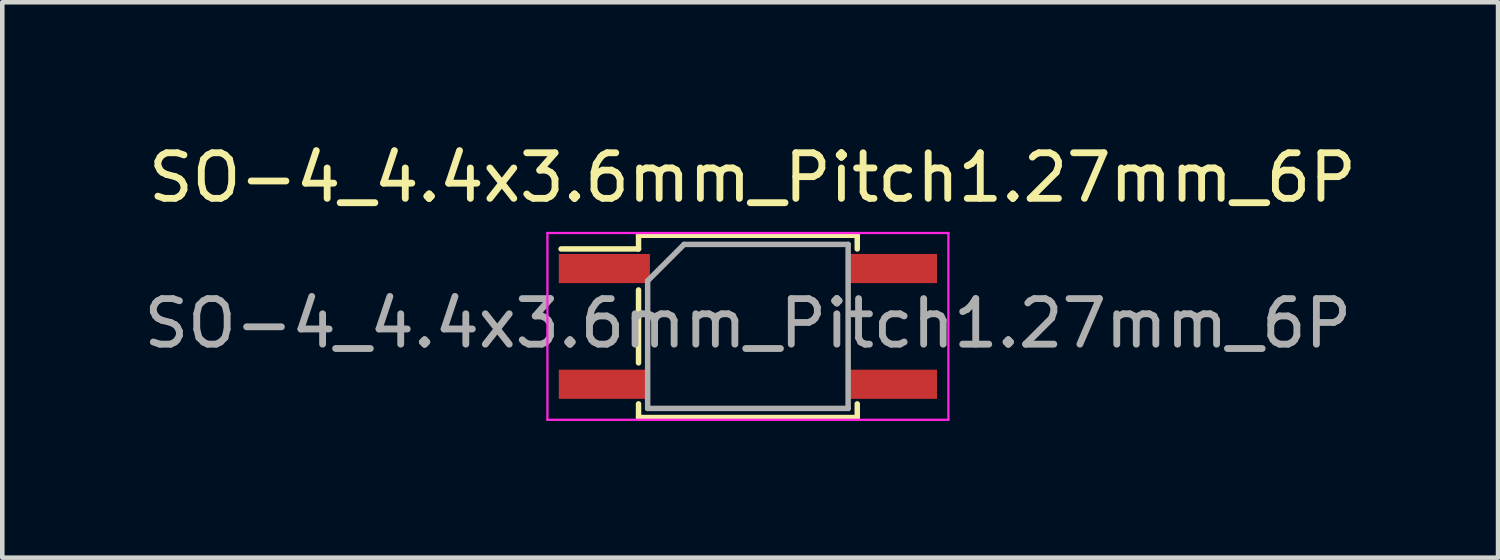
<source format=kicad_pcb>
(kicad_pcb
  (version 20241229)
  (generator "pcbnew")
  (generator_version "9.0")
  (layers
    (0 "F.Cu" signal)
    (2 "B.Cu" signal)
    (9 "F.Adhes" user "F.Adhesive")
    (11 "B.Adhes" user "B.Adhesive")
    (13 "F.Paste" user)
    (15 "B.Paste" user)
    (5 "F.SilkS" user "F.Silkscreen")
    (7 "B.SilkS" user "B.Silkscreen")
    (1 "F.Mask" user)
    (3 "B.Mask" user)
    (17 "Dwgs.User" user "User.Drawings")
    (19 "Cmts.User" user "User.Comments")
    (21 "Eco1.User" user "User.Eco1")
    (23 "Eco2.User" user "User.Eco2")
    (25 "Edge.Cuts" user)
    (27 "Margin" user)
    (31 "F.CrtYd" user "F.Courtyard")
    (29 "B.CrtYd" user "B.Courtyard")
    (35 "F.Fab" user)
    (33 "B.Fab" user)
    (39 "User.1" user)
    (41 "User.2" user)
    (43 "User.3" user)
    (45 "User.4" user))
  (footprint "SO-4_4.4x3.6mm_Pitch1.27mm_6P"
    (layer "F.Cu")
    (at 13.363 4.113)
    (property "Reference" "SO-4_4.4x3.6mm_Pitch1.27mm_6P" (at 0.1 -3.265 0) (layer "F.SilkS") (effects (font (size 1 1) (thickness 0.15))))
    (attr smd)
    (fp_line (start -2.4 -2) (end 2.4 -2) (stroke (width 0.12) (type solid)) (layer "F.SilkS"))
    (fp_line (start -2.4 -1.7) (end -4.1 -1.7) (stroke (width 0.12) (type solid)) (layer "F.SilkS"))
    (fp_line (start -2.4 -1.7) (end -2.4 -2) (stroke (width 0.12) (type solid)) (layer "F.SilkS"))
    (fp_line (start -2.4 0.8) (end -2.4 -0.8) (stroke (width 0.12) (type solid)) (layer "F.SilkS"))
    (fp_line (start -2.4 2) (end -2.4 1.7) (stroke (width 0.12) (type solid)) (layer "F.SilkS"))
    (fp_line (start 2.4 -2) (end 2.4 -1.7) (stroke (width 0.12) (type solid)) (layer "F.SilkS"))
    (fp_line (start 2.4 1.7) (end 2.4 2) (stroke (width 0.12) (type solid)) (layer "F.SilkS"))
    (fp_line (start 2.4 2) (end -2.4 2) (stroke (width 0.12) (type solid)) (layer "F.SilkS"))
    (fp_line (start -4.4 -2.05) (end -4.4 2.05) (stroke (width 0.05) (type solid)) (layer "F.CrtYd"))
    (fp_line (start -4.4 -2.05) (end 4.4 -2.05) (stroke (width 0.05) (type solid)) (layer "F.CrtYd"))
    (fp_line (start 4.4 2.05) (end -4.4 2.05) (stroke (width 0.05) (type solid)) (layer "F.CrtYd"))
    (fp_line (start 4.4 2.05) (end 4.4 -2.05) (stroke (width 0.05) (type solid)) (layer "F.CrtYd"))
    (fp_line (start -2.2 -1) (end -1.4 -1.8) (stroke (width 0.12) (type solid)) (layer "F.Fab"))
    (fp_line (start -2.2 1.8) (end -2.2 -1) (stroke (width 0.12) (type solid)) (layer "F.Fab"))
    (fp_line (start -1.4 -1.8) (end 2.2 -1.8) (stroke (width 0.12) (type solid)) (layer "F.Fab"))
    (fp_line (start 2.2 -1.8) (end 2.2 1.8) (stroke (width 0.12) (type solid)) (layer "F.Fab"))
    (fp_line (start 2.2 1.8) (end -2.2 1.8) (stroke (width 0.12) (type solid)) (layer "F.Fab"))
    (fp_text user "${REFERENCE}" (at 0 -0.065 0) (layer "F.Fab") (effects (font (size 1 1) (thickness 0.15))))
    (pad "1" smd rect (at -3.15 -1.27) (size 2 0.64) (layers "F.Cu" "F.Mask" "F.Paste"))
    (pad "3" smd rect (at -3.15 1.27) (size 2 0.64) (layers "F.Cu" "F.Mask" "F.Paste"))
    (pad "4" smd rect (at 3.15 1.27) (size 2 0.64) (layers "F.Cu" "F.Mask" "F.Paste"))
    (pad "6" smd rect (at 3.15 -1.27) (size 2 0.64) (layers "F.Cu" "F.Mask" "F.Paste")))
  (gr_rect
    (start -3 -3)
    (end 29.826 9.188)
    (stroke (width 0.1) (type default))
    (fill no)
    (layer "Edge.Cuts")))
</source>
